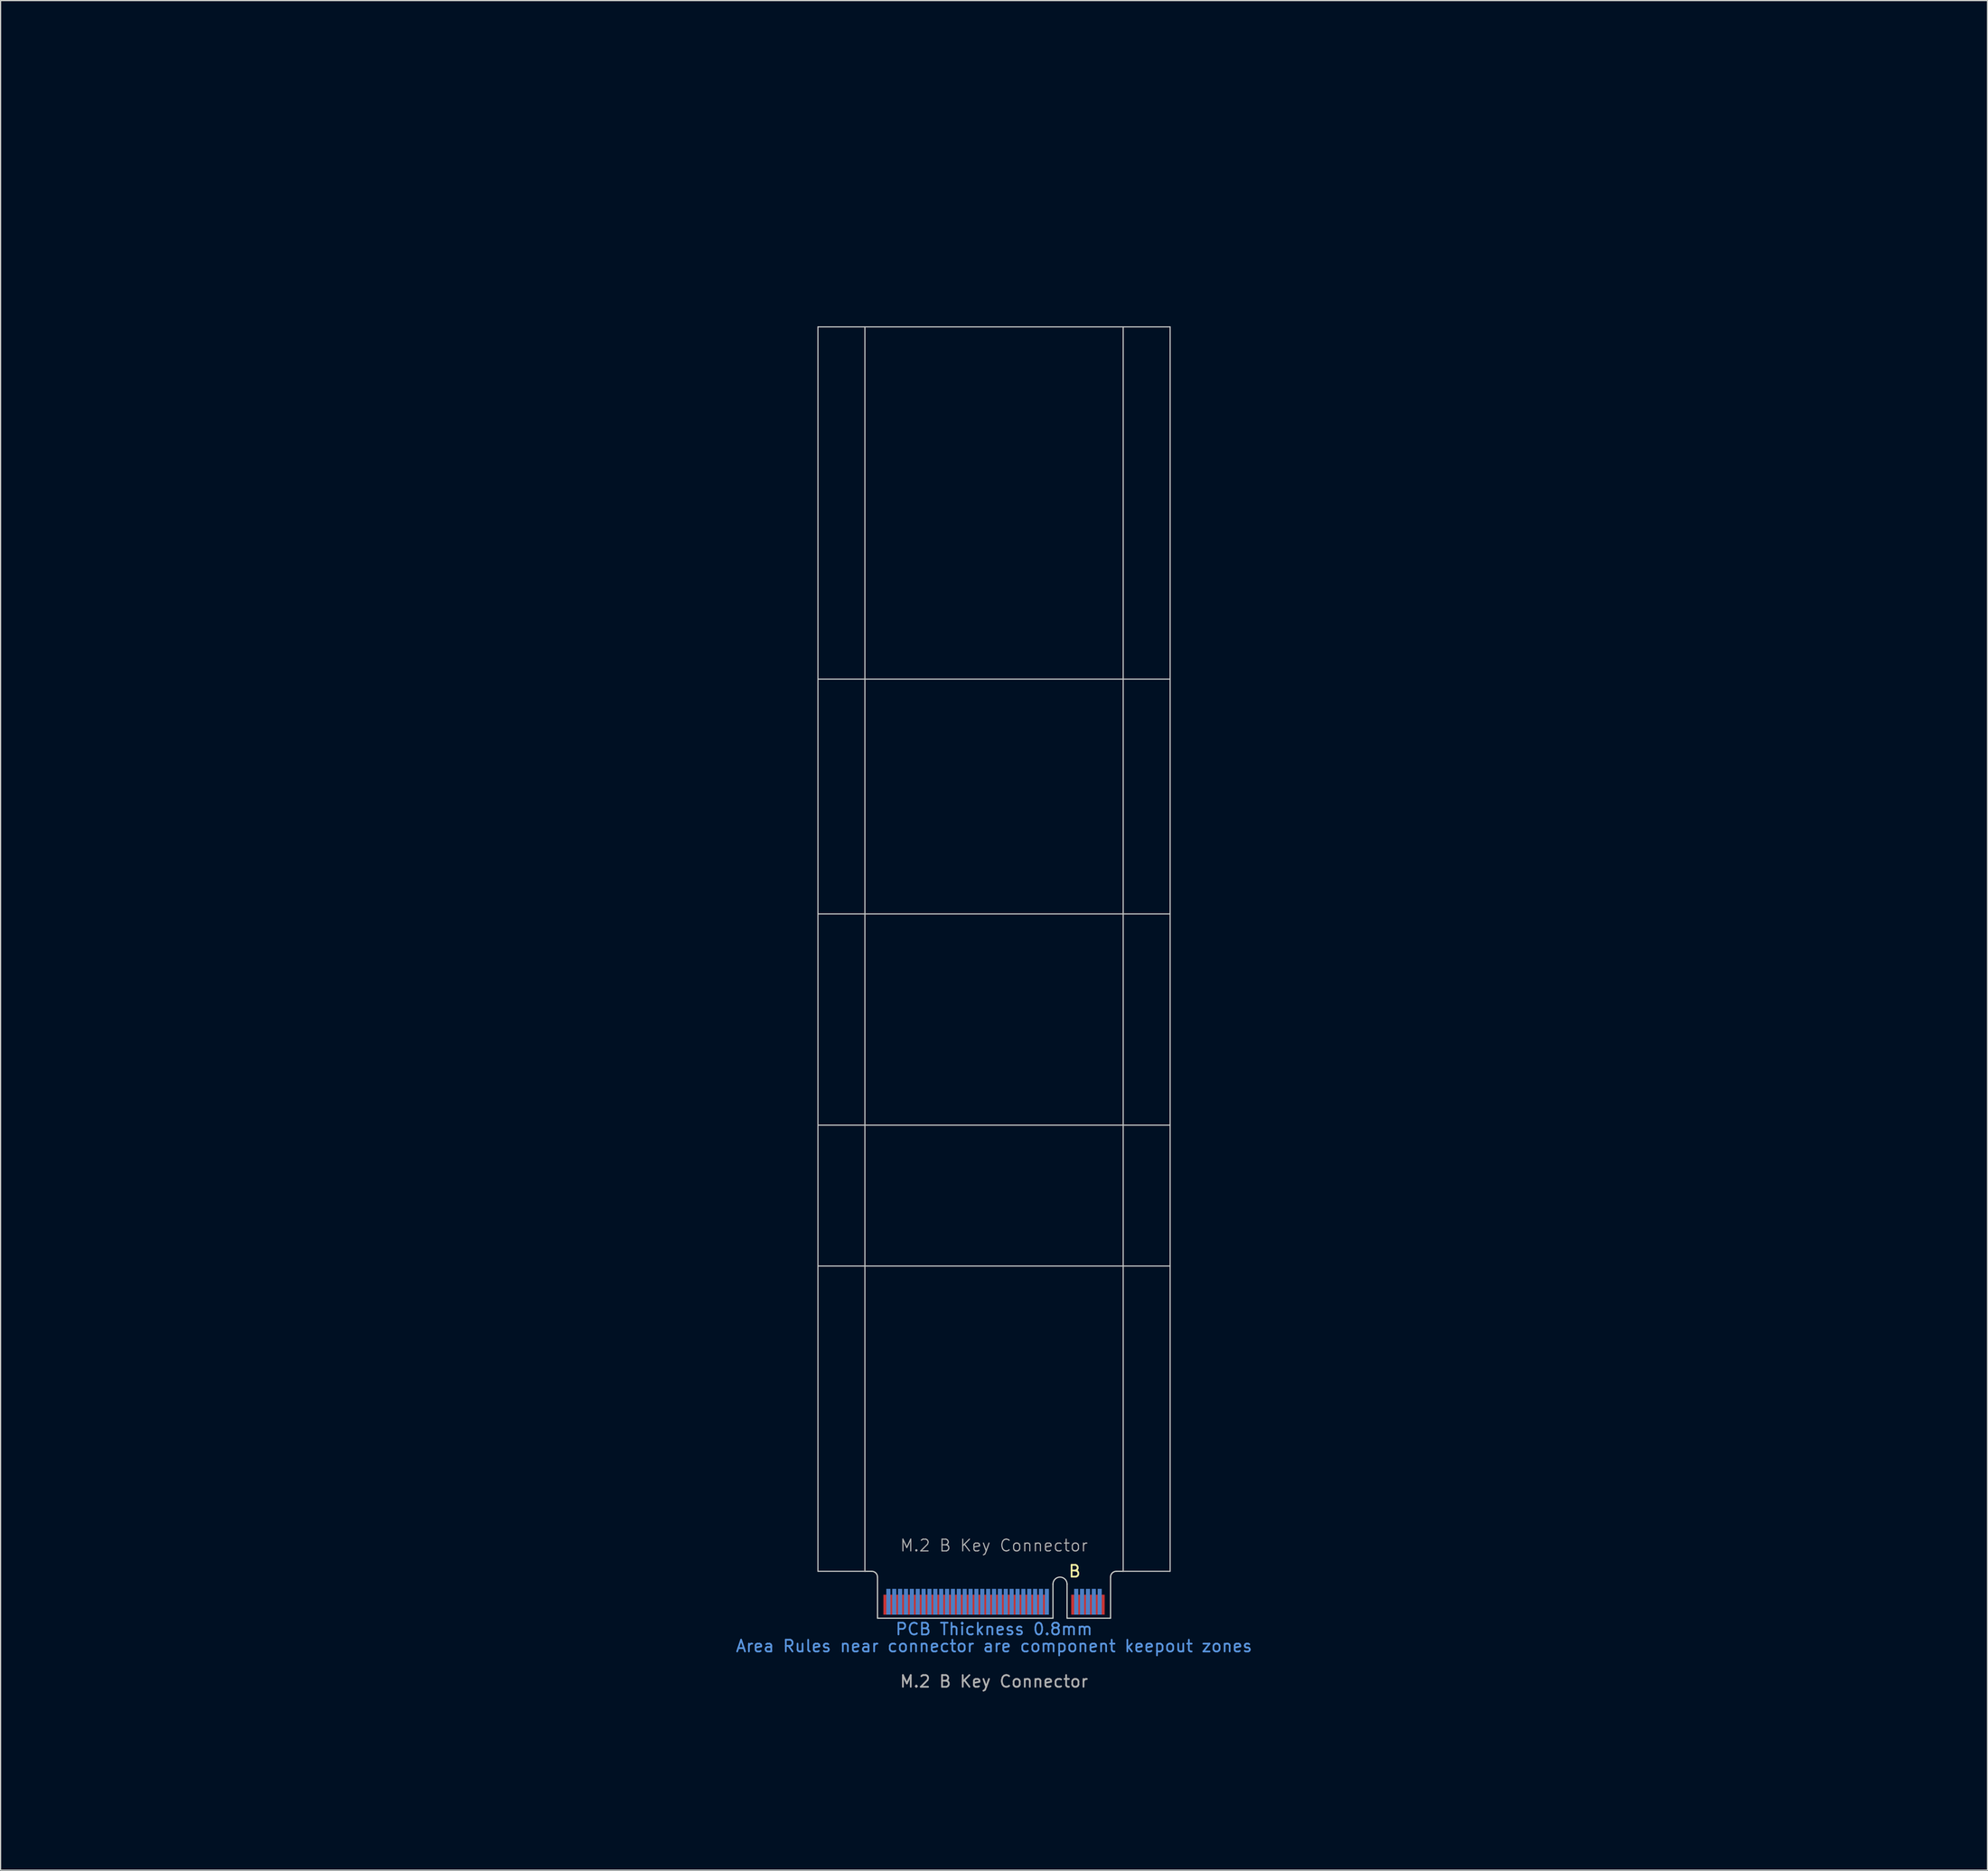
<source format=kicad_pcb>
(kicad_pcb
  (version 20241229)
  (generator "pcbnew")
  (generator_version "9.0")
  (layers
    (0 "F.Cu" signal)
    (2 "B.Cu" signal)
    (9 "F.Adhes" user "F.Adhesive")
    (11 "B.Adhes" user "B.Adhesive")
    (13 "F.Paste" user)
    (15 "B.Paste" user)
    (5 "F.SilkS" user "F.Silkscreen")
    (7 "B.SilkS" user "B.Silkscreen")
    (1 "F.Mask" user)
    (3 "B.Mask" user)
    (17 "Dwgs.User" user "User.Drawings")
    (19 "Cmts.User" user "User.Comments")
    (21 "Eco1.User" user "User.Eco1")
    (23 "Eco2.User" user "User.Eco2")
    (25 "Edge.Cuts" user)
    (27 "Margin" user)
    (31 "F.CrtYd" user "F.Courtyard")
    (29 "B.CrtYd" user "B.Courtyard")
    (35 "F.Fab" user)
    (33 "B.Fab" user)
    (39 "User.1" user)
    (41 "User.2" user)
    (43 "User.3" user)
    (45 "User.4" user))
  (footprint "M.2 B Key Connector"
    (layer "F.Cu")
    (at 81.624 133.687)
    (property "Reference" "M.2 B Key Connector" (at 0 -5.08 0) (unlocked yes) (layer "F.Fab") (effects (font (size 1 1) (thickness 0.1))))
    (attr exclude_from_pos_files exclude_from_bom)
    (fp_rect (start -9.925 -0.94) (end 9.925 1.11) (stroke (width 0) (type default)) (fill yes) (layer "F.Mask"))
    (fp_rect (start -9.925 -1.44) (end 9.925 1.11) (stroke (width 0) (type default)) (fill yes) (layer "B.Mask"))
    (fp_line (start -15 -108.89) (end 15 -108.89) (stroke (width 0.1) (type default)) (layer "Dwgs.User"))
    (fp_line (start -15 -78.89) (end 15 -78.89) (stroke (width 0.1) (type default)) (layer "Dwgs.User"))
    (fp_line (start -15 -58.89) (end 15 -58.89) (stroke (width 0.1) (type default)) (layer "Dwgs.User"))
    (fp_line (start -15 -40.89) (end 15 -40.89) (stroke (width 0.1) (type default)) (layer "Dwgs.User"))
    (fp_line (start -15 -28.89) (end 15 -28.89) (stroke (width 0.1) (type default)) (layer "Dwgs.User"))
    (fp_line (start -15 -2.89) (end -15 -108.89) (stroke (width 0.1) (type default)) (layer "Dwgs.User"))
    (fp_line (start -11 -2.89) (end -15 -2.89) (stroke (width 0.1) (type default)) (layer "Dwgs.User"))
    (fp_line (start -11 -2.89) (end -11 -108.89) (stroke (width 0.1) (type default)) (layer "Dwgs.User"))
    (fp_line (start 11 -108.89) (end 11 -2.89) (stroke (width 0.1) (type default)) (layer "Dwgs.User"))
    (fp_line (start 11 -2.89) (end 15 -2.89) (stroke (width 0.1) (type default)) (layer "Dwgs.User"))
    (fp_line (start 15 -108.89) (end 15 -2.89) (stroke (width 0.1) (type default)) (layer "Dwgs.User"))
    (fp_line (start -11 -2.89) (end -10.425 -2.89) (stroke (width 0.1) (type default)) (layer "Edge.Cuts"))
    (fp_line (start -9.925 -2.39) (end -9.925 1.11) (stroke (width 0.1) (type default)) (layer "Edge.Cuts"))
    (fp_line (start 5.02 -1.79) (end 5.02 1.11) (stroke (width 0.1) (type default)) (layer "Edge.Cuts"))
    (fp_line (start 5.02 1.11) (end -9.925 1.11) (stroke (width 0.1) (type default)) (layer "Edge.Cuts"))
    (fp_line (start 6.22 -1.79) (end 6.22 1.11) (stroke (width 0.1) (type default)) (layer "Edge.Cuts"))
    (fp_line (start 6.225 1.11) (end 9.925 1.11) (stroke (width 0.1) (type default)) (layer "Edge.Cuts"))
    (fp_line (start 9.925 -2.39) (end 9.925 1.11) (stroke (width 0.1) (type default)) (layer "Edge.Cuts"))
    (fp_line (start 10.425 -2.89) (end 11 -2.89) (stroke (width 0.1) (type default)) (layer "Edge.Cuts"))
    (fp_arc (start -10.425 -2.89) (mid -10.071447 -2.743553) (end -9.925 -2.39) (stroke (width 0.1) (type default)) (layer "Edge.Cuts"))
    (fp_arc (start 5.02 -1.79) (mid 5.62 -2.39) (end 6.22 -1.79) (stroke (width 0.1) (type default)) (layer "Edge.Cuts"))
    (fp_arc (start 9.925 -2.39) (mid 10.071447 -2.743553) (end 10.425 -2.89) (stroke (width 0.1) (type default)) (layer "Edge.Cuts"))
    (fp_line (start -0.71 -109.6) (end 0.71 -108.18) (stroke (width 0.15) (type default)) (layer "User.3"))
    (fp_line (start -0.71 -79.6) (end 0.71 -78.18) (stroke (width 0.15) (type default)) (layer "User.3"))
    (fp_line (start -0.71 -59.6) (end 0.71 -58.18) (stroke (width 0.15) (type default)) (layer "User.3"))
    (fp_line (start -0.71 -41.6) (end 0.71 -40.18) (stroke (width 0.15) (type default)) (layer "User.3"))
    (fp_line (start -0.71 -29.6) (end 0.71 -28.18) (stroke (width 0.15) (type default)) (layer "User.3"))
    (fp_line (start 0.71 -109.6) (end -0.71 -108.18) (stroke (width 0.15) (type default)) (layer "User.3"))
    (fp_line (start 0.71 -79.6) (end -0.71 -78.18) (stroke (width 0.15) (type default)) (layer "User.3"))
    (fp_line (start 0.71 -59.6) (end -0.71 -58.18) (stroke (width 0.15) (type default)) (layer "User.3"))
    (fp_line (start 0.71 -41.6) (end -0.71 -40.18) (stroke (width 0.15) (type default)) (layer "User.3"))
    (fp_line (start 0.71 -29.6) (end -0.71 -28.18) (stroke (width 0.15) (type default)) (layer "User.3"))
    (fp_rect (start -15 -108.89) (end 15 -105.09) (stroke (width 0.1) (type default)) (fill no) (layer "User.4"))
    (fp_rect (start -15 -78.89) (end 15 -75.09) (stroke (width 0.1) (type default)) (fill no) (layer "User.4"))
    (fp_rect (start -15 -58.89) (end 15 -55.09) (stroke (width 0.1) (type default)) (fill no) (layer "User.4"))
    (fp_rect (start -15 -40.89) (end 15 -37.09) (stroke (width 0.1) (type default)) (fill no) (layer "User.4"))
    (fp_rect (start -15 -28.89) (end 15 -25.09) (stroke (width 0.1) (type default)) (fill no) (layer "User.4"))
    (fp_text user "B" (at 6.27 -2.3 0) (unlocked yes) (layer "F.SilkS") (effects (font (size 1 1) (thickness 0.15)) (justify left bottom)))
    (fp_text user "PCB Thickness 0.8mm" (at 0 2.04 0) (unlocked yes) (layer "Cmts.User") (effects (font (size 1 1) (thickness 0.15))))
    (fp_text user "Area Rules near connector are component keepout zones" (at 0 3.49 0) (unlocked yes) (layer "Cmts.User") (effects (font (size 1 1) (thickness 0.15))))
    (fp_text user "${REFERENCE}" (at 0 6.5 0) (unlocked yes) (layer "F.Fab") (effects (font (size 1 1) (thickness 0.15))))
    (fp_text user "Standard 22, 30mm widths and 30, 42, 60, 80, 110mm lengths shown in Blue (User.2 Layer)" (at 0 18.055 0) (unlocked yes) (layer "User.2") (effects (font (size 2 2) (thickness 0.2))))
    (fp_text user "Place grounded \"M.2 Mounting Pad\" footprint from library on Teal (User.3 Layer) X's" (at 0 13.4 0) (unlocked yes) (layer "User.3") (effects (font (size 2 2) (thickness 0.2))))
    (fp_text user "Yellow areas (User.4 Layer) reserverd for RF recepticals or for components when no RF recepticals used." (at 0 8.83 0) (unlocked yes) (layer "User.4") (effects (font (size 2 2) (thickness 0.2))))
    (dimension (type orthogonal) (layer "User.2") (pts (xy 91.549 134.797) (xy 96.624 24.797)) (height 69.74) (orientation 1) (format (prefix "") (suffix "") (units 3) (units_format 0) (precision 4) (suppress_zeroes yes)) (style (thickness 0.1) (arrow_length 1.27) (text_position_mode 0) (arrow_direction outward) (extension_height 0.586) (extension_offset 0.5) (keep_text_aligned yes)) (gr_text "110" (at 157.989 79.797 90) (layer "User.2") (effects (font (size 3 3) (thickness 0.3)))))
    (dimension (type orthogonal) (layer "User.2") (pts (xy 91.534 134.797) (xy 96.624 54.797)) (height 58.985) (orientation 1) (format (prefix "") (suffix "") (units 3) (units_format 0) (precision 4) (suppress_zeroes yes)) (style (thickness 0.1) (arrow_length 1.27) (text_position_mode 0) (arrow_direction outward) (extension_height 0.586) (extension_offset 0.5) (keep_text_aligned yes)) (gr_text "80" (at 147.219 94.797 90) (layer "User.2") (effects (font (size 3 3) (thickness 0.3)))))
    (dimension (type orthogonal) (layer "User.2") (pts (xy 91.549 134.797) (xy 96.624 92.797)) (height 32.695) (orientation 1) (format (prefix "") (suffix "") (units 3) (units_format 0) (precision 4) (suppress_zeroes yes)) (style (thickness 0.1) (arrow_length 1.27) (text_position_mode 0) (arrow_direction outward) (extension_height 0.586) (extension_offset 0.5) (keep_text_aligned yes)) (gr_text "42" (at 120.944 113.797 90) (layer "User.2") (effects (font (size 3 3) (thickness 0.3)))))
    (dimension (type orthogonal) (layer "User.2") (pts (xy 66.624 23.687) (xy 96.624 23.687)) (height -17.83) (orientation 0) (format (prefix "") (suffix "") (units 3) (units_format 0) (precision 4) (suppress_zeroes yes)) (style (thickness 0.1) (arrow_length 1.27) (text_position_mode 0) (arrow_direction outward) (extension_height 0.586) (extension_offset 0.5) (keep_text_aligned yes)) (gr_text "30" (at 81.624 2.457 0) (layer "User.2") (effects (font (size 3 3) (thickness 0.4)))))
    (dimension (type orthogonal) (layer "User.2") (pts (xy 91.549 134.797) (xy 96.624 104.797)) (height 20.795) (orientation 1) (format (prefix "") (suffix "") (units 3) (units_format 0) (precision 4) (suppress_zeroes yes)) (style (thickness 0.1) (arrow_length 1.27) (text_position_mode 0) (arrow_direction outward) (extension_height 0.586) (extension_offset 0.5) (keep_text_aligned yes)) (gr_text "30" (at 109.044 119.797 90) (layer "User.2") (effects (font (size 3 3) (thickness 0.3)))))
    (dimension (type orthogonal) (layer "User.2") (pts (xy 91.549 134.797) (xy 96.624 74.797)) (height 45.245) (orientation 1) (format (prefix "") (suffix "") (units 3) (units_format 0) (precision 4) (suppress_zeroes yes)) (style (thickness 0.1) (arrow_length 1.27) (text_position_mode 0) (arrow_direction outward) (extension_height 0.586) (extension_offset 0.5) (keep_text_aligned yes)) (gr_text "60" (at 133.494 104.797 90) (layer "User.2") (effects (font (size 3 3) (thickness 0.3)))))
    (dimension (type orthogonal) (layer "User.2") (pts (xy 70.624 24.797) (xy 92.624 24.797)) (height -12.48) (orientation 0) (format (prefix "") (suffix "") (units 3) (units_format 0) (precision 4) (suppress_zeroes yes)) (style (thickness 0.1) (arrow_length 1.27) (text_position_mode 0) (arrow_direction outward) (extension_height 0.586) (extension_offset 0.5) (keep_text_aligned yes)) (gr_text "22" (at 81.624 8.917 0) (layer "User.2") (effects (font (size 3 3) (thickness 0.4)))))
    (pad "1" smd rect (at 9.25 -0.04 180) (size 0.35 1.7) (layers "F.Cu"))
    (pad "2" smd rect (at 9 -0.29 180) (size 0.35 2.2) (layers "B.Cu"))
    (pad "3" smd rect (at 8.75 -0.04 180) (size 0.35 1.7) (layers "F.Cu"))
    (pad "4" smd rect (at 8.5 -0.29 180) (size 0.35 2.2) (layers "B.Cu"))
    (pad "5" smd rect (at 8.25 -0.04 180) (size 0.35 1.7) (layers "F.Cu"))
    (pad "6" smd rect (at 8 -0.29 180) (size 0.35 2.2) (layers "B.Cu"))
    (pad "7" smd rect (at 7.75 -0.04 180) (size 0.35 1.7) (layers "F.Cu"))
    (pad "8" smd rect (at 7.5 -0.29 180) (size 0.35 2.2) (layers "B.Cu"))
    (pad "9" smd rect (at 7.25 -0.04 180) (size 0.35 1.7) (layers "F.Cu"))
    (pad "10" smd rect (at 7 -0.29 180) (size 0.35 2.2) (layers "B.Cu"))
    (pad "11" smd rect (at 6.75 -0.04 180) (size 0.35 1.7) (layers "F.Cu"))
    (pad "20" smd rect (at 4.5 -0.29 180) (size 0.35 2.2) (layers "B.Cu"))
    (pad "21" smd rect (at 4.25 -0.04 180) (size 0.35 1.7) (layers "F.Cu"))
    (pad "22" smd rect (at 4 -0.29 180) (size 0.35 2.2) (layers "B.Cu"))
    (pad "23" smd rect (at 3.75 -0.04 180) (size 0.35 1.7) (layers "F.Cu"))
    (pad "24" smd rect (at 3.5 -0.29 180) (size 0.35 2.2) (layers "B.Cu"))
    (pad "25" smd rect (at 3.25 -0.04 180) (size 0.35 1.7) (layers "F.Cu"))
    (pad "26" smd rect (at 3 -0.29 180) (size 0.35 2.2) (layers "B.Cu"))
    (pad "27" smd rect (at 2.75 -0.04 180) (size 0.35 1.7) (layers "F.Cu"))
    (pad "28" smd rect (at 2.5 -0.29 180) (size 0.35 2.2) (layers "B.Cu"))
    (pad "29" smd rect (at 2.25 -0.04 180) (size 0.35 1.7) (layers "F.Cu"))
    (pad "30" smd rect (at 2 -0.29 180) (size 0.35 2.2) (layers "B.Cu"))
    (pad "31" smd rect (at 1.75 -0.04 180) (size 0.35 1.7) (layers "F.Cu"))
    (pad "32" smd rect (at 1.5 -0.29 180) (size 0.35 2.2) (layers "B.Cu"))
    (pad "33" smd rect (at 1.25 -0.04 180) (size 0.35 1.7) (layers "F.Cu"))
    (pad "34" smd rect (at 1 -0.29 180) (size 0.35 2.2) (layers "B.Cu"))
    (pad "35" smd rect (at 0.75 -0.04 180) (size 0.35 1.7) (layers "F.Cu"))
    (pad "36" smd rect (at 0.5 -0.29 180) (size 0.35 2.2) (layers "B.Cu"))
    (pad "37" smd rect (at 0.25 -0.04 180) (size 0.35 1.7) (layers "F.Cu"))
    (pad "38" smd rect (at 0 -0.29 180) (size 0.35 2.2) (layers "B.Cu"))
    (pad "39" smd rect (at -0.25 -0.04 180) (size 0.35 1.7) (layers "F.Cu"))
    (pad "40" smd rect (at -0.5 -0.29 180) (size 0.35 2.2) (layers "B.Cu"))
    (pad "41" smd rect (at -0.75 -0.04 180) (size 0.35 1.7) (layers "F.Cu"))
    (pad "42" smd rect (at -1 -0.29 180) (size 0.35 2.2) (layers "B.Cu"))
    (pad "43" smd rect (at -1.25 -0.04 180) (size 0.35 1.7) (layers "F.Cu"))
    (pad "44" smd rect (at -1.5 -0.29 180) (size 0.35 2.2) (layers "B.Cu"))
    (pad "45" smd rect (at -1.75 -0.04 180) (size 0.35 1.7) (layers "F.Cu"))
    (pad "46" smd rect (at -2 -0.29 180) (size 0.35 2.2) (layers "B.Cu"))
    (pad "47" smd rect (at -2.25 -0.04 180) (size 0.35 1.7) (layers "F.Cu"))
    (pad "48" smd rect (at -2.5 -0.29 180) (size 0.35 2.2) (layers "B.Cu"))
    (pad "49" smd rect (at -2.75 -0.04 180) (size 0.35 1.7) (layers "F.Cu"))
    (pad "50" smd rect (at -3 -0.29 180) (size 0.35 2.2) (layers "B.Cu"))
    (pad "51" smd rect (at -3.25 -0.04 180) (size 0.35 1.7) (layers "F.Cu"))
    (pad "52" smd rect (at -3.5 -0.29 180) (size 0.35 2.2) (layers "B.Cu"))
    (pad "53" smd rect (at -3.75 -0.04 180) (size 0.35 1.7) (layers "F.Cu"))
    (pad "54" smd rect (at -4 -0.29 180) (size 0.35 2.2) (layers "B.Cu"))
    (pad "55" smd rect (at -4.25 -0.04 180) (size 0.35 1.7) (layers "F.Cu"))
    (pad "56" smd rect (at -4.5 -0.29 180) (size 0.35 2.2) (layers "B.Cu"))
    (pad "57" smd rect (at -4.75 -0.04 180) (size 0.35 1.7) (layers "F.Cu"))
    (pad "58" smd rect (at -5 -0.29 180) (size 0.35 2.2) (layers "B.Cu"))
    (pad "59" smd rect (at -5.25 -0.04 180) (size 0.35 1.7) (layers "F.Cu"))
    (pad "60" smd rect (at -5.5 -0.29 180) (size 0.35 2.2) (layers "B.Cu"))
    (pad "61" smd rect (at -5.75 -0.04 180) (size 0.35 1.7) (layers "F.Cu"))
    (pad "62" smd rect (at -6 -0.29 180) (size 0.35 2.2) (layers "B.Cu"))
    (pad "63" smd rect (at -6.25 -0.04 180) (size 0.35 1.7) (layers "F.Cu"))
    (pad "64" smd rect (at -6.5 -0.29 180) (size 0.35 2.2) (layers "B.Cu"))
    (pad "65" smd rect (at -6.75 -0.04 180) (size 0.35 1.7) (layers "F.Cu"))
    (pad "66" smd rect (at -7 -0.29 180) (size 0.35 2.2) (layers "B.Cu"))
    (pad "67" smd rect (at -7.25 -0.04 180) (size 0.35 1.7) (layers "F.Cu"))
    (pad "68" smd rect (at -7.5 -0.29 180) (size 0.35 2.2) (layers "B.Cu"))
    (pad "69" smd rect (at -7.75 -0.04 180) (size 0.35 1.7) (layers "F.Cu"))
    (pad "70" smd rect (at -8 -0.29 180) (size 0.35 2.2) (layers "B.Cu"))
    (pad "71" smd rect (at -8.25 -0.04 180) (size 0.35 1.7) (layers "F.Cu"))
    (pad "72" smd rect (at -8.5 -0.29 180) (size 0.35 2.2) (layers "B.Cu"))
    (pad "73" smd rect (at -8.75 -0.04 180) (size 0.35 1.7) (layers "F.Cu"))
    (pad "74" smd rect (at -9 -0.29 180) (size 0.35 2.2) (layers "B.Cu"))
    (pad "75" smd rect (at -9.25 -0.04 180) (size 0.35 1.7) (layers "F.Cu"))
    (zone (net_name "") (layer "F.Cu") (name "Front Component Keepout") (hatch full 0.5) (connect_pads) (min_thickness 0.25) (filled_areas_thickness no) (keepout (tracks allowed) (vias allowed) (pads allowed) (copperpour allowed) (footprints not_allowed)) (placement (enabled no)) (fill) (polygon (pts (xy 96.624 130.797) (xy 96.624 134.797) (xy 66.624 134.797) (xy 66.624 130.797))))
    (zone (net_name "") (layer "B.Cu") (name "Rear Component Keepout") (hatch full 0.5) (connect_pads) (min_thickness 0.25) (filled_areas_thickness no) (keepout (tracks allowed) (vias allowed) (pads allowed) (copperpour allowed) (footprints not_allowed)) (placement (enabled no)) (fill) (polygon (pts (xy 96.624 134.797) (xy 96.624 129.597) (xy 66.624 129.597) (xy 66.624 134.797)))))
  (gr_rect
    (start -3 -3)
    (end 166.248 156.263)
    (stroke (width 0.1) (type default))
    (fill no)
    (layer "Edge.Cuts")))
</source>
